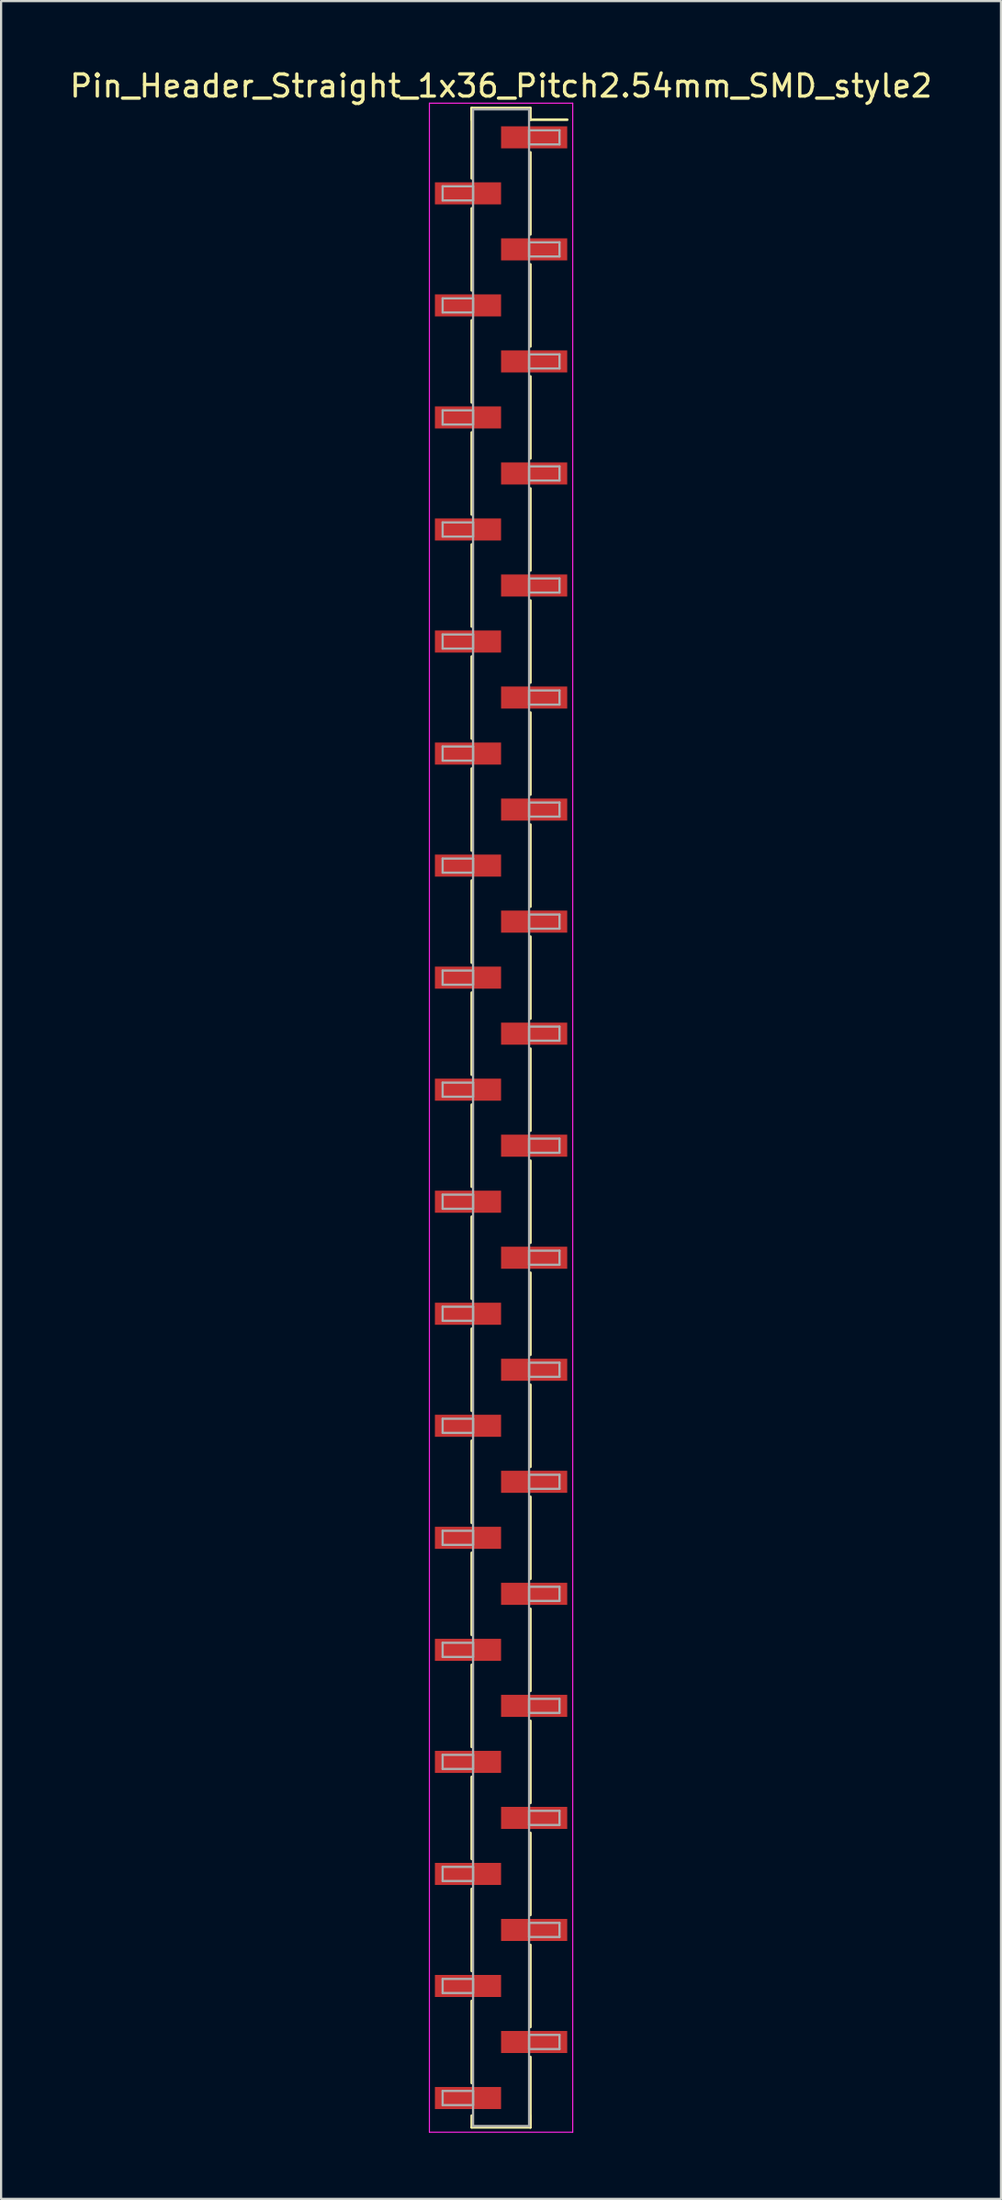
<source format=kicad_pcb>
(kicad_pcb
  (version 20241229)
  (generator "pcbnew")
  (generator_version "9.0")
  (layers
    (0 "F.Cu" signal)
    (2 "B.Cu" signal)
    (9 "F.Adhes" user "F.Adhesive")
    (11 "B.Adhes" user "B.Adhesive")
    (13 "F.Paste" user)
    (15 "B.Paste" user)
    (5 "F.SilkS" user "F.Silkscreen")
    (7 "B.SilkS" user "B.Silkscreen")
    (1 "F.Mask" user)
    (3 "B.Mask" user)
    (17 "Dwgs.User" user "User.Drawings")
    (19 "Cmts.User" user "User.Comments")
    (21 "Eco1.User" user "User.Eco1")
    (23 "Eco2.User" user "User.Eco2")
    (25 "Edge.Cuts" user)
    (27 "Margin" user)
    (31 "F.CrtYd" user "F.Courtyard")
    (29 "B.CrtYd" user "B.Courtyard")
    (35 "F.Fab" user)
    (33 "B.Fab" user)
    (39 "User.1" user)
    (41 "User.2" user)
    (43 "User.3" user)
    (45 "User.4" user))
  (footprint "Pin_Header_Straight_1x36_Pitch2.54mm_SMD_style2"
    (layer "F.Cu")
    (at 19.673 47.628)
    (property "Reference" "Pin_Header_Straight_1x36_Pitch2.54mm_SMD_style2" (at 0 -46.78 0) (layer "F.SilkS") (effects (font (size 1 1) (thickness 0.15))))
    (attr smd)
    (fp_line (start -1.33 -45.78) (end -1.33 -42.59) (stroke (width 0.12) (type solid)) (layer "F.SilkS"))
    (fp_line (start -1.33 -45.78) (end 1.33 -45.78) (stroke (width 0.12) (type solid)) (layer "F.SilkS"))
    (fp_line (start -1.33 -45.25) (end -1.33 -45.78) (stroke (width 0.12) (type solid)) (layer "F.SilkS"))
    (fp_line (start -1.33 -41.23) (end -1.33 -37.51) (stroke (width 0.12) (type solid)) (layer "F.SilkS"))
    (fp_line (start -1.33 -36.15) (end -1.33 -32.43) (stroke (width 0.12) (type solid)) (layer "F.SilkS"))
    (fp_line (start -1.33 -31.07) (end -1.33 -27.35) (stroke (width 0.12) (type solid)) (layer "F.SilkS"))
    (fp_line (start -1.33 -25.99) (end -1.33 -22.27) (stroke (width 0.12) (type solid)) (layer "F.SilkS"))
    (fp_line (start -1.33 -20.91) (end -1.33 -17.19) (stroke (width 0.12) (type solid)) (layer "F.SilkS"))
    (fp_line (start -1.33 -15.83) (end -1.33 -12.11) (stroke (width 0.12) (type solid)) (layer "F.SilkS"))
    (fp_line (start -1.33 -10.75) (end -1.33 -7.03) (stroke (width 0.12) (type solid)) (layer "F.SilkS"))
    (fp_line (start -1.33 -5.67) (end -1.33 -1.95) (stroke (width 0.12) (type solid)) (layer "F.SilkS"))
    (fp_line (start -1.33 -0.59) (end -1.33 3.13) (stroke (width 0.12) (type solid)) (layer "F.SilkS"))
    (fp_line (start -1.33 4.49) (end -1.33 8.21) (stroke (width 0.12) (type solid)) (layer "F.SilkS"))
    (fp_line (start -1.33 9.57) (end -1.33 13.29) (stroke (width 0.12) (type solid)) (layer "F.SilkS"))
    (fp_line (start -1.33 14.65) (end -1.33 18.37) (stroke (width 0.12) (type solid)) (layer "F.SilkS"))
    (fp_line (start -1.33 19.73) (end -1.33 23.45) (stroke (width 0.12) (type solid)) (layer "F.SilkS"))
    (fp_line (start -1.33 24.81) (end -1.33 28.53) (stroke (width 0.12) (type solid)) (layer "F.SilkS"))
    (fp_line (start -1.33 29.89) (end -1.33 33.61) (stroke (width 0.12) (type solid)) (layer "F.SilkS"))
    (fp_line (start -1.33 34.97) (end -1.33 38.69) (stroke (width 0.12) (type solid)) (layer "F.SilkS"))
    (fp_line (start -1.33 40.05) (end -1.33 43.77) (stroke (width 0.12) (type solid)) (layer "F.SilkS"))
    (fp_line (start -1.33 45.25) (end -1.33 45.78) (stroke (width 0.12) (type solid)) (layer "F.SilkS"))
    (fp_line (start -1.33 45.78) (end 1.33 45.78) (stroke (width 0.12) (type solid)) (layer "F.SilkS"))
    (fp_line (start 1.33 -45.78) (end 1.33 -45.25) (stroke (width 0.12) (type solid)) (layer "F.SilkS"))
    (fp_line (start 1.33 -45.25) (end 3 -45.25) (stroke (width 0.12) (type solid)) (layer "F.SilkS"))
    (fp_line (start 1.33 -43.77) (end 1.33 -40.05) (stroke (width 0.12) (type solid)) (layer "F.SilkS"))
    (fp_line (start 1.33 -38.69) (end 1.33 -34.97) (stroke (width 0.12) (type solid)) (layer "F.SilkS"))
    (fp_line (start 1.33 -33.61) (end 1.33 -29.89) (stroke (width 0.12) (type solid)) (layer "F.SilkS"))
    (fp_line (start 1.33 -28.53) (end 1.33 -24.81) (stroke (width 0.12) (type solid)) (layer "F.SilkS"))
    (fp_line (start 1.33 -23.45) (end 1.33 -19.73) (stroke (width 0.12) (type solid)) (layer "F.SilkS"))
    (fp_line (start 1.33 -18.37) (end 1.33 -14.65) (stroke (width 0.12) (type solid)) (layer "F.SilkS"))
    (fp_line (start 1.33 -13.29) (end 1.33 -9.57) (stroke (width 0.12) (type solid)) (layer "F.SilkS"))
    (fp_line (start 1.33 -8.21) (end 1.33 -4.49) (stroke (width 0.12) (type solid)) (layer "F.SilkS"))
    (fp_line (start 1.33 -3.13) (end 1.33 0.59) (stroke (width 0.12) (type solid)) (layer "F.SilkS"))
    (fp_line (start 1.33 1.95) (end 1.33 5.67) (stroke (width 0.12) (type solid)) (layer "F.SilkS"))
    (fp_line (start 1.33 7.03) (end 1.33 10.75) (stroke (width 0.12) (type solid)) (layer "F.SilkS"))
    (fp_line (start 1.33 12.11) (end 1.33 15.83) (stroke (width 0.12) (type solid)) (layer "F.SilkS"))
    (fp_line (start 1.33 17.19) (end 1.33 20.91) (stroke (width 0.12) (type solid)) (layer "F.SilkS"))
    (fp_line (start 1.33 22.27) (end 1.33 25.99) (stroke (width 0.12) (type solid)) (layer "F.SilkS"))
    (fp_line (start 1.33 27.35) (end 1.33 31.07) (stroke (width 0.12) (type solid)) (layer "F.SilkS"))
    (fp_line (start 1.33 32.43) (end 1.33 36.15) (stroke (width 0.12) (type solid)) (layer "F.SilkS"))
    (fp_line (start 1.33 37.51) (end 1.33 41.23) (stroke (width 0.12) (type solid)) (layer "F.SilkS"))
    (fp_line (start 1.33 42.59) (end 1.33 45.78) (stroke (width 0.12) (type solid)) (layer "F.SilkS"))
    (fp_line (start 1.33 45.78) (end 1.33 45.25) (stroke (width 0.12) (type solid)) (layer "F.SilkS"))
    (fp_line (start -3.25 -46) (end -3.25 46) (stroke (width 0.05) (type solid)) (layer "F.CrtYd"))
    (fp_line (start -3.25 46) (end 3.25 46) (stroke (width 0.05) (type solid)) (layer "F.CrtYd"))
    (fp_line (start 3.25 -46) (end -3.25 -46) (stroke (width 0.05) (type solid)) (layer "F.CrtYd"))
    (fp_line (start 3.25 46) (end 3.25 -46) (stroke (width 0.05) (type solid)) (layer "F.CrtYd"))
    (fp_line (start -2.65 -42.23) (end -1.27 -42.23) (stroke (width 0.1) (type solid)) (layer "F.Fab"))
    (fp_line (start -2.65 -41.59) (end -2.65 -42.23) (stroke (width 0.1) (type solid)) (layer "F.Fab"))
    (fp_line (start -2.65 -37.15) (end -1.27 -37.15) (stroke (width 0.1) (type solid)) (layer "F.Fab"))
    (fp_line (start -2.65 -36.51) (end -2.65 -37.15) (stroke (width 0.1) (type solid)) (layer "F.Fab"))
    (fp_line (start -2.65 -32.07) (end -1.27 -32.07) (stroke (width 0.1) (type solid)) (layer "F.Fab"))
    (fp_line (start -2.65 -31.43) (end -2.65 -32.07) (stroke (width 0.1) (type solid)) (layer "F.Fab"))
    (fp_line (start -2.65 -26.99) (end -1.27 -26.99) (stroke (width 0.1) (type solid)) (layer "F.Fab"))
    (fp_line (start -2.65 -26.35) (end -2.65 -26.99) (stroke (width 0.1) (type solid)) (layer "F.Fab"))
    (fp_line (start -2.65 -21.91) (end -1.27 -21.91) (stroke (width 0.1) (type solid)) (layer "F.Fab"))
    (fp_line (start -2.65 -21.27) (end -2.65 -21.91) (stroke (width 0.1) (type solid)) (layer "F.Fab"))
    (fp_line (start -2.65 -16.83) (end -1.27 -16.83) (stroke (width 0.1) (type solid)) (layer "F.Fab"))
    (fp_line (start -2.65 -16.19) (end -2.65 -16.83) (stroke (width 0.1) (type solid)) (layer "F.Fab"))
    (fp_line (start -2.65 -11.75) (end -1.27 -11.75) (stroke (width 0.1) (type solid)) (layer "F.Fab"))
    (fp_line (start -2.65 -11.11) (end -2.65 -11.75) (stroke (width 0.1) (type solid)) (layer "F.Fab"))
    (fp_line (start -2.65 -6.67) (end -1.27 -6.67) (stroke (width 0.1) (type solid)) (layer "F.Fab"))
    (fp_line (start -2.65 -6.03) (end -2.65 -6.67) (stroke (width 0.1) (type solid)) (layer "F.Fab"))
    (fp_line (start -2.65 -1.59) (end -1.27 -1.59) (stroke (width 0.1) (type solid)) (layer "F.Fab"))
    (fp_line (start -2.65 -0.95) (end -2.65 -1.59) (stroke (width 0.1) (type solid)) (layer "F.Fab"))
    (fp_line (start -2.65 3.49) (end -1.27 3.49) (stroke (width 0.1) (type solid)) (layer "F.Fab"))
    (fp_line (start -2.65 4.13) (end -2.65 3.49) (stroke (width 0.1) (type solid)) (layer "F.Fab"))
    (fp_line (start -2.65 8.57) (end -1.27 8.57) (stroke (width 0.1) (type solid)) (layer "F.Fab"))
    (fp_line (start -2.65 9.21) (end -2.65 8.57) (stroke (width 0.1) (type solid)) (layer "F.Fab"))
    (fp_line (start -2.65 13.65) (end -1.27 13.65) (stroke (width 0.1) (type solid)) (layer "F.Fab"))
    (fp_line (start -2.65 14.29) (end -2.65 13.65) (stroke (width 0.1) (type solid)) (layer "F.Fab"))
    (fp_line (start -2.65 18.73) (end -1.27 18.73) (stroke (width 0.1) (type solid)) (layer "F.Fab"))
    (fp_line (start -2.65 19.37) (end -2.65 18.73) (stroke (width 0.1) (type solid)) (layer "F.Fab"))
    (fp_line (start -2.65 23.81) (end -1.27 23.81) (stroke (width 0.1) (type solid)) (layer "F.Fab"))
    (fp_line (start -2.65 24.45) (end -2.65 23.81) (stroke (width 0.1) (type solid)) (layer "F.Fab"))
    (fp_line (start -2.65 28.89) (end -1.27 28.89) (stroke (width 0.1) (type solid)) (layer "F.Fab"))
    (fp_line (start -2.65 29.53) (end -2.65 28.89) (stroke (width 0.1) (type solid)) (layer "F.Fab"))
    (fp_line (start -2.65 33.97) (end -1.27 33.97) (stroke (width 0.1) (type solid)) (layer "F.Fab"))
    (fp_line (start -2.65 34.61) (end -2.65 33.97) (stroke (width 0.1) (type solid)) (layer "F.Fab"))
    (fp_line (start -2.65 39.05) (end -1.27 39.05) (stroke (width 0.1) (type solid)) (layer "F.Fab"))
    (fp_line (start -2.65 39.69) (end -2.65 39.05) (stroke (width 0.1) (type solid)) (layer "F.Fab"))
    (fp_line (start -2.65 44.13) (end -1.27 44.13) (stroke (width 0.1) (type solid)) (layer "F.Fab"))
    (fp_line (start -2.65 44.77) (end -2.65 44.13) (stroke (width 0.1) (type solid)) (layer "F.Fab"))
    (fp_line (start -1.27 -45.72) (end -1.27 45.72) (stroke (width 0.1) (type solid)) (layer "F.Fab"))
    (fp_line (start -1.27 -42.23) (end -1.27 -41.59) (stroke (width 0.1) (type solid)) (layer "F.Fab"))
    (fp_line (start -1.27 -41.59) (end -2.65 -41.59) (stroke (width 0.1) (type solid)) (layer "F.Fab"))
    (fp_line (start -1.27 -37.15) (end -1.27 -36.51) (stroke (width 0.1) (type solid)) (layer "F.Fab"))
    (fp_line (start -1.27 -36.51) (end -2.65 -36.51) (stroke (width 0.1) (type solid)) (layer "F.Fab"))
    (fp_line (start -1.27 -32.07) (end -1.27 -31.43) (stroke (width 0.1) (type solid)) (layer "F.Fab"))
    (fp_line (start -1.27 -31.43) (end -2.65 -31.43) (stroke (width 0.1) (type solid)) (layer "F.Fab"))
    (fp_line (start -1.27 -26.99) (end -1.27 -26.35) (stroke (width 0.1) (type solid)) (layer "F.Fab"))
    (fp_line (start -1.27 -26.35) (end -2.65 -26.35) (stroke (width 0.1) (type solid)) (layer "F.Fab"))
    (fp_line (start -1.27 -21.91) (end -1.27 -21.27) (stroke (width 0.1) (type solid)) (layer "F.Fab"))
    (fp_line (start -1.27 -21.27) (end -2.65 -21.27) (stroke (width 0.1) (type solid)) (layer "F.Fab"))
    (fp_line (start -1.27 -16.83) (end -1.27 -16.19) (stroke (width 0.1) (type solid)) (layer "F.Fab"))
    (fp_line (start -1.27 -16.19) (end -2.65 -16.19) (stroke (width 0.1) (type solid)) (layer "F.Fab"))
    (fp_line (start -1.27 -11.75) (end -1.27 -11.11) (stroke (width 0.1) (type solid)) (layer "F.Fab"))
    (fp_line (start -1.27 -11.11) (end -2.65 -11.11) (stroke (width 0.1) (type solid)) (layer "F.Fab"))
    (fp_line (start -1.27 -6.67) (end -1.27 -6.03) (stroke (width 0.1) (type solid)) (layer "F.Fab"))
    (fp_line (start -1.27 -6.03) (end -2.65 -6.03) (stroke (width 0.1) (type solid)) (layer "F.Fab"))
    (fp_line (start -1.27 -1.59) (end -1.27 -0.95) (stroke (width 0.1) (type solid)) (layer "F.Fab"))
    (fp_line (start -1.27 -0.95) (end -2.65 -0.95) (stroke (width 0.1) (type solid)) (layer "F.Fab"))
    (fp_line (start -1.27 3.49) (end -1.27 4.13) (stroke (width 0.1) (type solid)) (layer "F.Fab"))
    (fp_line (start -1.27 4.13) (end -2.65 4.13) (stroke (width 0.1) (type solid)) (layer "F.Fab"))
    (fp_line (start -1.27 8.57) (end -1.27 9.21) (stroke (width 0.1) (type solid)) (layer "F.Fab"))
    (fp_line (start -1.27 9.21) (end -2.65 9.21) (stroke (width 0.1) (type solid)) (layer "F.Fab"))
    (fp_line (start -1.27 13.65) (end -1.27 14.29) (stroke (width 0.1) (type solid)) (layer "F.Fab"))
    (fp_line (start -1.27 14.29) (end -2.65 14.29) (stroke (width 0.1) (type solid)) (layer "F.Fab"))
    (fp_line (start -1.27 18.73) (end -1.27 19.37) (stroke (width 0.1) (type solid)) (layer "F.Fab"))
    (fp_line (start -1.27 19.37) (end -2.65 19.37) (stroke (width 0.1) (type solid)) (layer "F.Fab"))
    (fp_line (start -1.27 23.81) (end -1.27 24.45) (stroke (width 0.1) (type solid)) (layer "F.Fab"))
    (fp_line (start -1.27 24.45) (end -2.65 24.45) (stroke (width 0.1) (type solid)) (layer "F.Fab"))
    (fp_line (start -1.27 28.89) (end -1.27 29.53) (stroke (width 0.1) (type solid)) (layer "F.Fab"))
    (fp_line (start -1.27 29.53) (end -2.65 29.53) (stroke (width 0.1) (type solid)) (layer "F.Fab"))
    (fp_line (start -1.27 33.97) (end -1.27 34.61) (stroke (width 0.1) (type solid)) (layer "F.Fab"))
    (fp_line (start -1.27 34.61) (end -2.65 34.61) (stroke (width 0.1) (type solid)) (layer "F.Fab"))
    (fp_line (start -1.27 39.05) (end -1.27 39.69) (stroke (width 0.1) (type solid)) (layer "F.Fab"))
    (fp_line (start -1.27 39.69) (end -2.65 39.69) (stroke (width 0.1) (type solid)) (layer "F.Fab"))
    (fp_line (start -1.27 44.13) (end -1.27 44.77) (stroke (width 0.1) (type solid)) (layer "F.Fab"))
    (fp_line (start -1.27 44.77) (end -2.65 44.77) (stroke (width 0.1) (type solid)) (layer "F.Fab"))
    (fp_line (start -1.27 45.72) (end 1.27 45.72) (stroke (width 0.1) (type solid)) (layer "F.Fab"))
    (fp_line (start 1.27 -45.72) (end -1.27 -45.72) (stroke (width 0.1) (type solid)) (layer "F.Fab"))
    (fp_line (start 1.27 -44.77) (end 1.27 -44.13) (stroke (width 0.1) (type solid)) (layer "F.Fab"))
    (fp_line (start 1.27 -44.13) (end 2.65 -44.13) (stroke (width 0.1) (type solid)) (layer "F.Fab"))
    (fp_line (start 1.27 -39.69) (end 1.27 -39.05) (stroke (width 0.1) (type solid)) (layer "F.Fab"))
    (fp_line (start 1.27 -39.05) (end 2.65 -39.05) (stroke (width 0.1) (type solid)) (layer "F.Fab"))
    (fp_line (start 1.27 -34.61) (end 1.27 -33.97) (stroke (width 0.1) (type solid)) (layer "F.Fab"))
    (fp_line (start 1.27 -33.97) (end 2.65 -33.97) (stroke (width 0.1) (type solid)) (layer "F.Fab"))
    (fp_line (start 1.27 -29.53) (end 1.27 -28.89) (stroke (width 0.1) (type solid)) (layer "F.Fab"))
    (fp_line (start 1.27 -28.89) (end 2.65 -28.89) (stroke (width 0.1) (type solid)) (layer "F.Fab"))
    (fp_line (start 1.27 -24.45) (end 1.27 -23.81) (stroke (width 0.1) (type solid)) (layer "F.Fab"))
    (fp_line (start 1.27 -23.81) (end 2.65 -23.81) (stroke (width 0.1) (type solid)) (layer "F.Fab"))
    (fp_line (start 1.27 -19.37) (end 1.27 -18.73) (stroke (width 0.1) (type solid)) (layer "F.Fab"))
    (fp_line (start 1.27 -18.73) (end 2.65 -18.73) (stroke (width 0.1) (type solid)) (layer "F.Fab"))
    (fp_line (start 1.27 -14.29) (end 1.27 -13.65) (stroke (width 0.1) (type solid)) (layer "F.Fab"))
    (fp_line (start 1.27 -13.65) (end 2.65 -13.65) (stroke (width 0.1) (type solid)) (layer "F.Fab"))
    (fp_line (start 1.27 -9.21) (end 1.27 -8.57) (stroke (width 0.1) (type solid)) (layer "F.Fab"))
    (fp_line (start 1.27 -8.57) (end 2.65 -8.57) (stroke (width 0.1) (type solid)) (layer "F.Fab"))
    (fp_line (start 1.27 -4.13) (end 1.27 -3.49) (stroke (width 0.1) (type solid)) (layer "F.Fab"))
    (fp_line (start 1.27 -3.49) (end 2.65 -3.49) (stroke (width 0.1) (type solid)) (layer "F.Fab"))
    (fp_line (start 1.27 0.95) (end 1.27 1.59) (stroke (width 0.1) (type solid)) (layer "F.Fab"))
    (fp_line (start 1.27 1.59) (end 2.65 1.59) (stroke (width 0.1) (type solid)) (layer "F.Fab"))
    (fp_line (start 1.27 6.03) (end 1.27 6.67) (stroke (width 0.1) (type solid)) (layer "F.Fab"))
    (fp_line (start 1.27 6.67) (end 2.65 6.67) (stroke (width 0.1) (type solid)) (layer "F.Fab"))
    (fp_line (start 1.27 11.11) (end 1.27 11.75) (stroke (width 0.1) (type solid)) (layer "F.Fab"))
    (fp_line (start 1.27 11.75) (end 2.65 11.75) (stroke (width 0.1) (type solid)) (layer "F.Fab"))
    (fp_line (start 1.27 16.19) (end 1.27 16.83) (stroke (width 0.1) (type solid)) (layer "F.Fab"))
    (fp_line (start 1.27 16.83) (end 2.65 16.83) (stroke (width 0.1) (type solid)) (layer "F.Fab"))
    (fp_line (start 1.27 21.27) (end 1.27 21.91) (stroke (width 0.1) (type solid)) (layer "F.Fab"))
    (fp_line (start 1.27 21.91) (end 2.65 21.91) (stroke (width 0.1) (type solid)) (layer "F.Fab"))
    (fp_line (start 1.27 26.35) (end 1.27 26.99) (stroke (width 0.1) (type solid)) (layer "F.Fab"))
    (fp_line (start 1.27 26.99) (end 2.65 26.99) (stroke (width 0.1) (type solid)) (layer "F.Fab"))
    (fp_line (start 1.27 31.43) (end 1.27 32.07) (stroke (width 0.1) (type solid)) (layer "F.Fab"))
    (fp_line (start 1.27 32.07) (end 2.65 32.07) (stroke (width 0.1) (type solid)) (layer "F.Fab"))
    (fp_line (start 1.27 36.51) (end 1.27 37.15) (stroke (width 0.1) (type solid)) (layer "F.Fab"))
    (fp_line (start 1.27 37.15) (end 2.65 37.15) (stroke (width 0.1) (type solid)) (layer "F.Fab"))
    (fp_line (start 1.27 41.59) (end 1.27 42.23) (stroke (width 0.1) (type solid)) (layer "F.Fab"))
    (fp_line (start 1.27 42.23) (end 2.65 42.23) (stroke (width 0.1) (type solid)) (layer "F.Fab"))
    (fp_line (start 1.27 45.72) (end 1.27 -45.72) (stroke (width 0.1) (type solid)) (layer "F.Fab"))
    (fp_line (start 2.65 -44.77) (end 1.27 -44.77) (stroke (width 0.1) (type solid)) (layer "F.Fab"))
    (fp_line (start 2.65 -44.13) (end 2.65 -44.77) (stroke (width 0.1) (type solid)) (layer "F.Fab"))
    (fp_line (start 2.65 -39.69) (end 1.27 -39.69) (stroke (width 0.1) (type solid)) (layer "F.Fab"))
    (fp_line (start 2.65 -39.05) (end 2.65 -39.69) (stroke (width 0.1) (type solid)) (layer "F.Fab"))
    (fp_line (start 2.65 -34.61) (end 1.27 -34.61) (stroke (width 0.1) (type solid)) (layer "F.Fab"))
    (fp_line (start 2.65 -33.97) (end 2.65 -34.61) (stroke (width 0.1) (type solid)) (layer "F.Fab"))
    (fp_line (start 2.65 -29.53) (end 1.27 -29.53) (stroke (width 0.1) (type solid)) (layer "F.Fab"))
    (fp_line (start 2.65 -28.89) (end 2.65 -29.53) (stroke (width 0.1) (type solid)) (layer "F.Fab"))
    (fp_line (start 2.65 -24.45) (end 1.27 -24.45) (stroke (width 0.1) (type solid)) (layer "F.Fab"))
    (fp_line (start 2.65 -23.81) (end 2.65 -24.45) (stroke (width 0.1) (type solid)) (layer "F.Fab"))
    (fp_line (start 2.65 -19.37) (end 1.27 -19.37) (stroke (width 0.1) (type solid)) (layer "F.Fab"))
    (fp_line (start 2.65 -18.73) (end 2.65 -19.37) (stroke (width 0.1) (type solid)) (layer "F.Fab"))
    (fp_line (start 2.65 -14.29) (end 1.27 -14.29) (stroke (width 0.1) (type solid)) (layer "F.Fab"))
    (fp_line (start 2.65 -13.65) (end 2.65 -14.29) (stroke (width 0.1) (type solid)) (layer "F.Fab"))
    (fp_line (start 2.65 -9.21) (end 1.27 -9.21) (stroke (width 0.1) (type solid)) (layer "F.Fab"))
    (fp_line (start 2.65 -8.57) (end 2.65 -9.21) (stroke (width 0.1) (type solid)) (layer "F.Fab"))
    (fp_line (start 2.65 -4.13) (end 1.27 -4.13) (stroke (width 0.1) (type solid)) (layer "F.Fab"))
    (fp_line (start 2.65 -3.49) (end 2.65 -4.13) (stroke (width 0.1) (type solid)) (layer "F.Fab"))
    (fp_line (start 2.65 0.95) (end 1.27 0.95) (stroke (width 0.1) (type solid)) (layer "F.Fab"))
    (fp_line (start 2.65 1.59) (end 2.65 0.95) (stroke (width 0.1) (type solid)) (layer "F.Fab"))
    (fp_line (start 2.65 6.03) (end 1.27 6.03) (stroke (width 0.1) (type solid)) (layer "F.Fab"))
    (fp_line (start 2.65 6.67) (end 2.65 6.03) (stroke (width 0.1) (type solid)) (layer "F.Fab"))
    (fp_line (start 2.65 11.11) (end 1.27 11.11) (stroke (width 0.1) (type solid)) (layer "F.Fab"))
    (fp_line (start 2.65 11.75) (end 2.65 11.11) (stroke (width 0.1) (type solid)) (layer "F.Fab"))
    (fp_line (start 2.65 16.19) (end 1.27 16.19) (stroke (width 0.1) (type solid)) (layer "F.Fab"))
    (fp_line (start 2.65 16.83) (end 2.65 16.19) (stroke (width 0.1) (type solid)) (layer "F.Fab"))
    (fp_line (start 2.65 21.27) (end 1.27 21.27) (stroke (width 0.1) (type solid)) (layer "F.Fab"))
    (fp_line (start 2.65 21.91) (end 2.65 21.27) (stroke (width 0.1) (type solid)) (layer "F.Fab"))
    (fp_line (start 2.65 26.35) (end 1.27 26.35) (stroke (width 0.1) (type solid)) (layer "F.Fab"))
    (fp_line (start 2.65 26.99) (end 2.65 26.35) (stroke (width 0.1) (type solid)) (layer "F.Fab"))
    (fp_line (start 2.65 31.43) (end 1.27 31.43) (stroke (width 0.1) (type solid)) (layer "F.Fab"))
    (fp_line (start 2.65 32.07) (end 2.65 31.43) (stroke (width 0.1) (type solid)) (layer "F.Fab"))
    (fp_line (start 2.65 36.51) (end 1.27 36.51) (stroke (width 0.1) (type solid)) (layer "F.Fab"))
    (fp_line (start 2.65 37.15) (end 2.65 36.51) (stroke (width 0.1) (type solid)) (layer "F.Fab"))
    (fp_line (start 2.65 41.59) (end 1.27 41.59) (stroke (width 0.1) (type solid)) (layer "F.Fab"))
    (fp_line (start 2.65 42.23) (end 2.65 41.59) (stroke (width 0.1) (type solid)) (layer "F.Fab"))
    (pad "1" smd rect (at 1.5 -44.45) (size 3 1) (layers "F.Cu" "F.Mask"))
    (pad "2" smd rect (at -1.5 -41.91) (size 3 1) (layers "F.Cu" "F.Mask"))
    (pad "3" smd rect (at 1.5 -39.37) (size 3 1) (layers "F.Cu" "F.Mask"))
    (pad "4" smd rect (at -1.5 -36.83) (size 3 1) (layers "F.Cu" "F.Mask"))
    (pad "5" smd rect (at 1.5 -34.29) (size 3 1) (layers "F.Cu" "F.Mask"))
    (pad "6" smd rect (at -1.5 -31.75) (size 3 1) (layers "F.Cu" "F.Mask"))
    (pad "7" smd rect (at 1.5 -29.21) (size 3 1) (layers "F.Cu" "F.Mask"))
    (pad "8" smd rect (at -1.5 -26.67) (size 3 1) (layers "F.Cu" "F.Mask"))
    (pad "9" smd rect (at 1.5 -24.13) (size 3 1) (layers "F.Cu" "F.Mask"))
    (pad "10" smd rect (at -1.5 -21.59) (size 3 1) (layers "F.Cu" "F.Mask"))
    (pad "11" smd rect (at 1.5 -19.05) (size 3 1) (layers "F.Cu" "F.Mask"))
    (pad "12" smd rect (at -1.5 -16.51) (size 3 1) (layers "F.Cu" "F.Mask"))
    (pad "13" smd rect (at 1.5 -13.97) (size 3 1) (layers "F.Cu" "F.Mask"))
    (pad "14" smd rect (at -1.5 -11.43) (size 3 1) (layers "F.Cu" "F.Mask"))
    (pad "15" smd rect (at 1.5 -8.89) (size 3 1) (layers "F.Cu" "F.Mask"))
    (pad "16" smd rect (at -1.5 -6.35) (size 3 1) (layers "F.Cu" "F.Mask"))
    (pad "17" smd rect (at 1.5 -3.81) (size 3 1) (layers "F.Cu" "F.Mask"))
    (pad "18" smd rect (at -1.5 -1.27) (size 3 1) (layers "F.Cu" "F.Mask"))
    (pad "19" smd rect (at 1.5 1.27) (size 3 1) (layers "F.Cu" "F.Mask"))
    (pad "20" smd rect (at -1.5 3.81) (size 3 1) (layers "F.Cu" "F.Mask"))
    (pad "21" smd rect (at 1.5 6.35) (size 3 1) (layers "F.Cu" "F.Mask"))
    (pad "22" smd rect (at -1.5 8.89) (size 3 1) (layers "F.Cu" "F.Mask"))
    (pad "23" smd rect (at 1.5 11.43) (size 3 1) (layers "F.Cu" "F.Mask"))
    (pad "24" smd rect (at -1.5 13.97) (size 3 1) (layers "F.Cu" "F.Mask"))
    (pad "25" smd rect (at 1.5 16.51) (size 3 1) (layers "F.Cu" "F.Mask"))
    (pad "26" smd rect (at -1.5 19.05) (size 3 1) (layers "F.Cu" "F.Mask"))
    (pad "27" smd rect (at 1.5 21.59) (size 3 1) (layers "F.Cu" "F.Mask"))
    (pad "28" smd rect (at -1.5 24.13) (size 3 1) (layers "F.Cu" "F.Mask"))
    (pad "29" smd rect (at 1.5 26.67) (size 3 1) (layers "F.Cu" "F.Mask"))
    (pad "30" smd rect (at -1.5 29.21) (size 3 1) (layers "F.Cu" "F.Mask"))
    (pad "31" smd rect (at 1.5 31.75) (size 3 1) (layers "F.Cu" "F.Mask"))
    (pad "32" smd rect (at -1.5 34.29) (size 3 1) (layers "F.Cu" "F.Mask"))
    (pad "33" smd rect (at 1.5 36.83) (size 3 1) (layers "F.Cu" "F.Mask"))
    (pad "34" smd rect (at -1.5 39.37) (size 3 1) (layers "F.Cu" "F.Mask"))
    (pad "35" smd rect (at 1.5 41.91) (size 3 1) (layers "F.Cu" "F.Mask"))
    (pad "36" smd rect (at -1.5 44.45) (size 3 1) (layers "F.Cu" "F.Mask")))
  (gr_rect
    (start -3 -3)
    (end 42.345 96.653)
    (stroke (width 0.1) (type default))
    (fill no)
    (layer "Edge.Cuts")))
</source>
